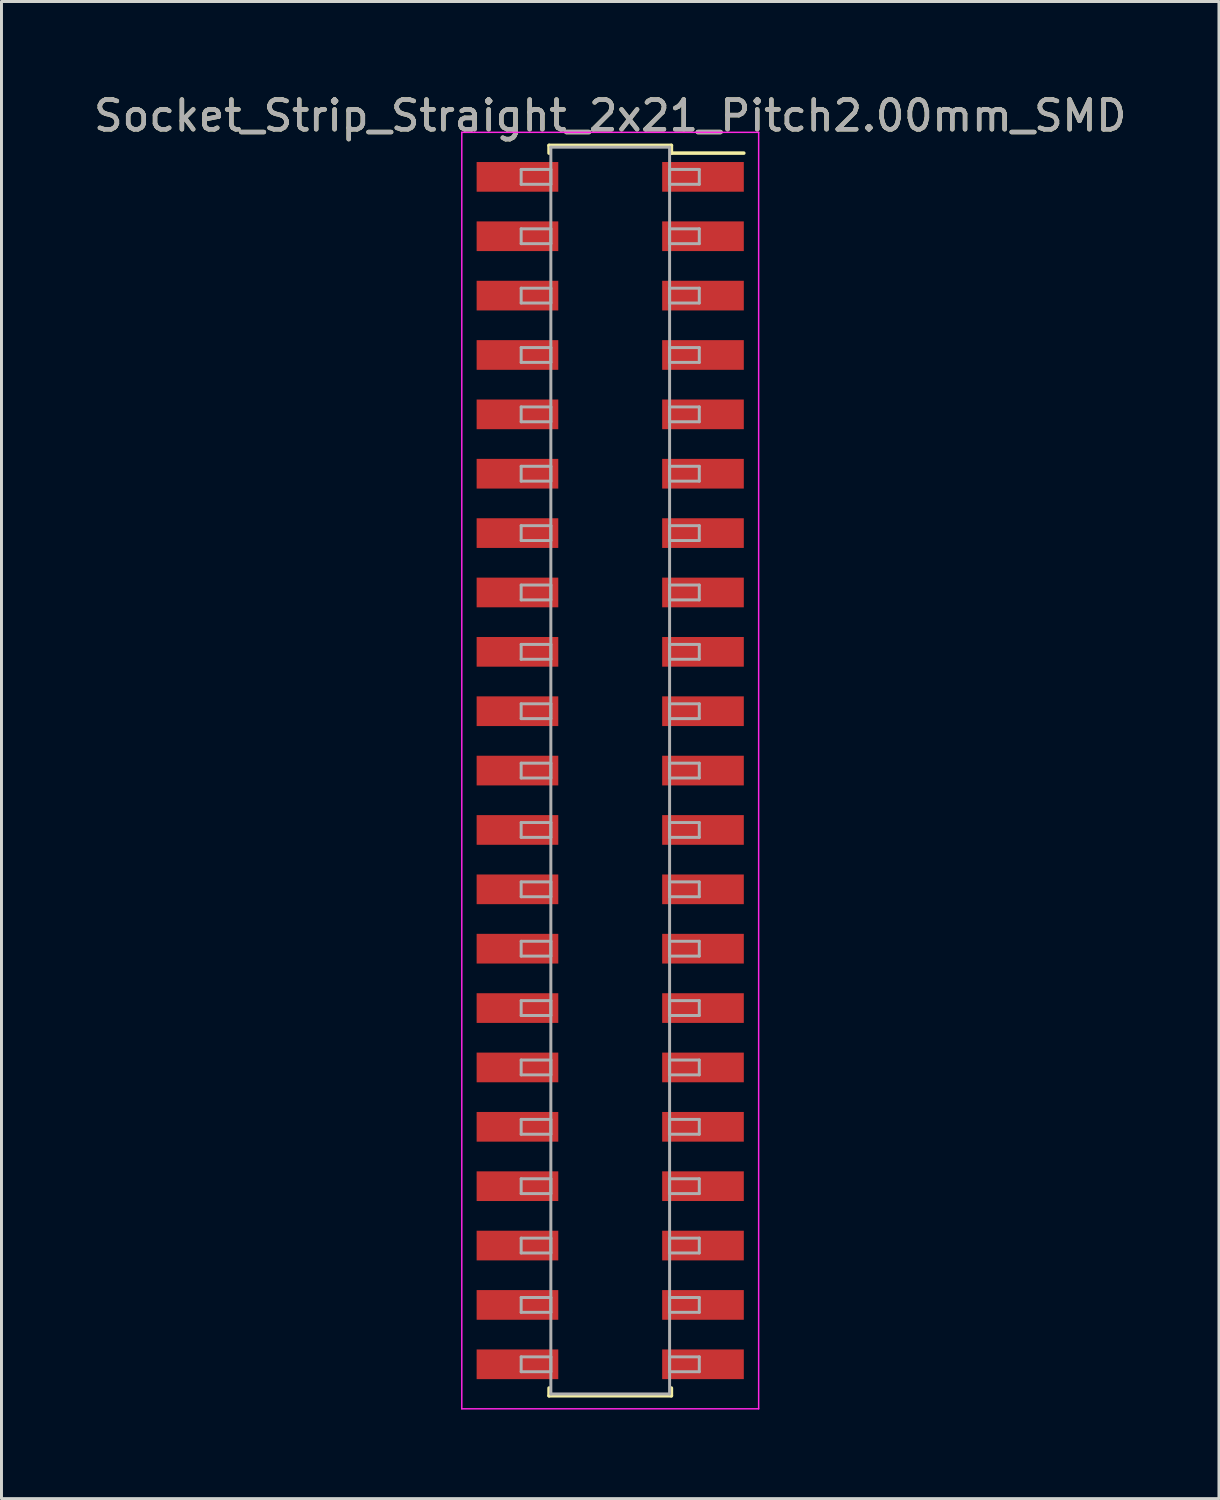
<source format=kicad_pcb>
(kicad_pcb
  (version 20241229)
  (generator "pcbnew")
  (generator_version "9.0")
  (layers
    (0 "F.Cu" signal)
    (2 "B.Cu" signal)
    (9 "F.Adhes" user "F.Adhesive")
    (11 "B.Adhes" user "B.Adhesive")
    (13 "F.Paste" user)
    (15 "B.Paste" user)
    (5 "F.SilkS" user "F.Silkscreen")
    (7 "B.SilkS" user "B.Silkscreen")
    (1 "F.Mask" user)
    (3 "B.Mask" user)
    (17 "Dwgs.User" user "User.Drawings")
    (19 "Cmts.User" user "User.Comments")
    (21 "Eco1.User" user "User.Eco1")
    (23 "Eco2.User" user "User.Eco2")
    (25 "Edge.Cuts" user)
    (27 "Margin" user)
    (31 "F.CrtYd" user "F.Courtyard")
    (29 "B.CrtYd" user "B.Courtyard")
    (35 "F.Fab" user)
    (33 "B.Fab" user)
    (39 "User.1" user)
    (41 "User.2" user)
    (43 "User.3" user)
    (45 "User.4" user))
  (footprint "Socket_Strip_Straight_2x21_Pitch2.00mm_SMD"
    (layer "F.Cu")
    (at 17.506 22.908)
    (property "Reference" "Socket_Strip_Straight_2x21_Pitch2.00mm_SMD" (at 0 -22.06 0) (layer "F.SilkS") (effects (font (size 1 1) (thickness 0.15))))
    (attr smd)
    (fp_line (start -2.06 -21.06) (end 2.06 -21.06) (stroke (width 0.12) (type solid)) (layer "F.SilkS"))
    (fp_line (start -2.06 -20.8) (end -2.06 -21.06) (stroke (width 0.12) (type solid)) (layer "F.SilkS"))
    (fp_line (start -2.06 20.8) (end -2.06 21.06) (stroke (width 0.12) (type solid)) (layer "F.SilkS"))
    (fp_line (start -2.06 21.06) (end 2.06 21.06) (stroke (width 0.12) (type solid)) (layer "F.SilkS"))
    (fp_line (start 2.06 -21.06) (end 2.06 -20.8) (stroke (width 0.12) (type solid)) (layer "F.SilkS"))
    (fp_line (start 2.06 21.06) (end 2.06 20.8) (stroke (width 0.12) (type solid)) (layer "F.SilkS"))
    (fp_line (start 4.5 -20.8) (end 2.06 -20.8) (stroke (width 0.12) (type solid)) (layer "F.SilkS"))
    (fp_line (start -5 -21.5) (end -5 21.5) (stroke (width 0.05) (type solid)) (layer "F.CrtYd"))
    (fp_line (start -5 21.5) (end 5 21.5) (stroke (width 0.05) (type solid)) (layer "F.CrtYd"))
    (fp_line (start 5 -21.5) (end -5 -21.5) (stroke (width 0.05) (type solid)) (layer "F.CrtYd"))
    (fp_line (start 5 21.5) (end 5 -21.5) (stroke (width 0.05) (type solid)) (layer "F.CrtYd"))
    (fp_line (start -3 -20.25) (end -2 -20.25) (stroke (width 0.1) (type solid)) (layer "F.Fab"))
    (fp_line (start -3 -19.75) (end -3 -20.25) (stroke (width 0.1) (type solid)) (layer "F.Fab"))
    (fp_line (start -3 -18.25) (end -2 -18.25) (stroke (width 0.1) (type solid)) (layer "F.Fab"))
    (fp_line (start -3 -17.75) (end -3 -18.25) (stroke (width 0.1) (type solid)) (layer "F.Fab"))
    (fp_line (start -3 -16.25) (end -2 -16.25) (stroke (width 0.1) (type solid)) (layer "F.Fab"))
    (fp_line (start -3 -15.75) (end -3 -16.25) (stroke (width 0.1) (type solid)) (layer "F.Fab"))
    (fp_line (start -3 -14.25) (end -2 -14.25) (stroke (width 0.1) (type solid)) (layer "F.Fab"))
    (fp_line (start -3 -13.75) (end -3 -14.25) (stroke (width 0.1) (type solid)) (layer "F.Fab"))
    (fp_line (start -3 -12.25) (end -2 -12.25) (stroke (width 0.1) (type solid)) (layer "F.Fab"))
    (fp_line (start -3 -11.75) (end -3 -12.25) (stroke (width 0.1) (type solid)) (layer "F.Fab"))
    (fp_line (start -3 -10.25) (end -2 -10.25) (stroke (width 0.1) (type solid)) (layer "F.Fab"))
    (fp_line (start -3 -9.75) (end -3 -10.25) (stroke (width 0.1) (type solid)) (layer "F.Fab"))
    (fp_line (start -3 -8.25) (end -2 -8.25) (stroke (width 0.1) (type solid)) (layer "F.Fab"))
    (fp_line (start -3 -7.75) (end -3 -8.25) (stroke (width 0.1) (type solid)) (layer "F.Fab"))
    (fp_line (start -3 -6.25) (end -2 -6.25) (stroke (width 0.1) (type solid)) (layer "F.Fab"))
    (fp_line (start -3 -5.75) (end -3 -6.25) (stroke (width 0.1) (type solid)) (layer "F.Fab"))
    (fp_line (start -3 -4.25) (end -2 -4.25) (stroke (width 0.1) (type solid)) (layer "F.Fab"))
    (fp_line (start -3 -3.75) (end -3 -4.25) (stroke (width 0.1) (type solid)) (layer "F.Fab"))
    (fp_line (start -3 -2.25) (end -2 -2.25) (stroke (width 0.1) (type solid)) (layer "F.Fab"))
    (fp_line (start -3 -1.75) (end -3 -2.25) (stroke (width 0.1) (type solid)) (layer "F.Fab"))
    (fp_line (start -3 -0.25) (end -2 -0.25) (stroke (width 0.1) (type solid)) (layer "F.Fab"))
    (fp_line (start -3 0.25) (end -3 -0.25) (stroke (width 0.1) (type solid)) (layer "F.Fab"))
    (fp_line (start -3 1.75) (end -2 1.75) (stroke (width 0.1) (type solid)) (layer "F.Fab"))
    (fp_line (start -3 2.25) (end -3 1.75) (stroke (width 0.1) (type solid)) (layer "F.Fab"))
    (fp_line (start -3 3.75) (end -2 3.75) (stroke (width 0.1) (type solid)) (layer "F.Fab"))
    (fp_line (start -3 4.25) (end -3 3.75) (stroke (width 0.1) (type solid)) (layer "F.Fab"))
    (fp_line (start -3 5.75) (end -2 5.75) (stroke (width 0.1) (type solid)) (layer "F.Fab"))
    (fp_line (start -3 6.25) (end -3 5.75) (stroke (width 0.1) (type solid)) (layer "F.Fab"))
    (fp_line (start -3 7.75) (end -2 7.75) (stroke (width 0.1) (type solid)) (layer "F.Fab"))
    (fp_line (start -3 8.25) (end -3 7.75) (stroke (width 0.1) (type solid)) (layer "F.Fab"))
    (fp_line (start -3 9.75) (end -2 9.75) (stroke (width 0.1) (type solid)) (layer "F.Fab"))
    (fp_line (start -3 10.25) (end -3 9.75) (stroke (width 0.1) (type solid)) (layer "F.Fab"))
    (fp_line (start -3 11.75) (end -2 11.75) (stroke (width 0.1) (type solid)) (layer "F.Fab"))
    (fp_line (start -3 12.25) (end -3 11.75) (stroke (width 0.1) (type solid)) (layer "F.Fab"))
    (fp_line (start -3 13.75) (end -2 13.75) (stroke (width 0.1) (type solid)) (layer "F.Fab"))
    (fp_line (start -3 14.25) (end -3 13.75) (stroke (width 0.1) (type solid)) (layer "F.Fab"))
    (fp_line (start -3 15.75) (end -2 15.75) (stroke (width 0.1) (type solid)) (layer "F.Fab"))
    (fp_line (start -3 16.25) (end -3 15.75) (stroke (width 0.1) (type solid)) (layer "F.Fab"))
    (fp_line (start -3 17.75) (end -2 17.75) (stroke (width 0.1) (type solid)) (layer "F.Fab"))
    (fp_line (start -3 18.25) (end -3 17.75) (stroke (width 0.1) (type solid)) (layer "F.Fab"))
    (fp_line (start -3 19.75) (end -2 19.75) (stroke (width 0.1) (type solid)) (layer "F.Fab"))
    (fp_line (start -3 20.25) (end -3 19.75) (stroke (width 0.1) (type solid)) (layer "F.Fab"))
    (fp_line (start -2 -21) (end -2 21) (stroke (width 0.1) (type solid)) (layer "F.Fab"))
    (fp_line (start -2 -20.25) (end -2 -19.75) (stroke (width 0.1) (type solid)) (layer "F.Fab"))
    (fp_line (start -2 -19.75) (end -3 -19.75) (stroke (width 0.1) (type solid)) (layer "F.Fab"))
    (fp_line (start -2 -18.25) (end -2 -17.75) (stroke (width 0.1) (type solid)) (layer "F.Fab"))
    (fp_line (start -2 -17.75) (end -3 -17.75) (stroke (width 0.1) (type solid)) (layer "F.Fab"))
    (fp_line (start -2 -16.25) (end -2 -15.75) (stroke (width 0.1) (type solid)) (layer "F.Fab"))
    (fp_line (start -2 -15.75) (end -3 -15.75) (stroke (width 0.1) (type solid)) (layer "F.Fab"))
    (fp_line (start -2 -14.25) (end -2 -13.75) (stroke (width 0.1) (type solid)) (layer "F.Fab"))
    (fp_line (start -2 -13.75) (end -3 -13.75) (stroke (width 0.1) (type solid)) (layer "F.Fab"))
    (fp_line (start -2 -12.25) (end -2 -11.75) (stroke (width 0.1) (type solid)) (layer "F.Fab"))
    (fp_line (start -2 -11.75) (end -3 -11.75) (stroke (width 0.1) (type solid)) (layer "F.Fab"))
    (fp_line (start -2 -10.25) (end -2 -9.75) (stroke (width 0.1) (type solid)) (layer "F.Fab"))
    (fp_line (start -2 -9.75) (end -3 -9.75) (stroke (width 0.1) (type solid)) (layer "F.Fab"))
    (fp_line (start -2 -8.25) (end -2 -7.75) (stroke (width 0.1) (type solid)) (layer "F.Fab"))
    (fp_line (start -2 -7.75) (end -3 -7.75) (stroke (width 0.1) (type solid)) (layer "F.Fab"))
    (fp_line (start -2 -6.25) (end -2 -5.75) (stroke (width 0.1) (type solid)) (layer "F.Fab"))
    (fp_line (start -2 -5.75) (end -3 -5.75) (stroke (width 0.1) (type solid)) (layer "F.Fab"))
    (fp_line (start -2 -4.25) (end -2 -3.75) (stroke (width 0.1) (type solid)) (layer "F.Fab"))
    (fp_line (start -2 -3.75) (end -3 -3.75) (stroke (width 0.1) (type solid)) (layer "F.Fab"))
    (fp_line (start -2 -2.25) (end -2 -1.75) (stroke (width 0.1) (type solid)) (layer "F.Fab"))
    (fp_line (start -2 -1.75) (end -3 -1.75) (stroke (width 0.1) (type solid)) (layer "F.Fab"))
    (fp_line (start -2 -0.25) (end -2 0.25) (stroke (width 0.1) (type solid)) (layer "F.Fab"))
    (fp_line (start -2 0.25) (end -3 0.25) (stroke (width 0.1) (type solid)) (layer "F.Fab"))
    (fp_line (start -2 1.75) (end -2 2.25) (stroke (width 0.1) (type solid)) (layer "F.Fab"))
    (fp_line (start -2 2.25) (end -3 2.25) (stroke (width 0.1) (type solid)) (layer "F.Fab"))
    (fp_line (start -2 3.75) (end -2 4.25) (stroke (width 0.1) (type solid)) (layer "F.Fab"))
    (fp_line (start -2 4.25) (end -3 4.25) (stroke (width 0.1) (type solid)) (layer "F.Fab"))
    (fp_line (start -2 5.75) (end -2 6.25) (stroke (width 0.1) (type solid)) (layer "F.Fab"))
    (fp_line (start -2 6.25) (end -3 6.25) (stroke (width 0.1) (type solid)) (layer "F.Fab"))
    (fp_line (start -2 7.75) (end -2 8.25) (stroke (width 0.1) (type solid)) (layer "F.Fab"))
    (fp_line (start -2 8.25) (end -3 8.25) (stroke (width 0.1) (type solid)) (layer "F.Fab"))
    (fp_line (start -2 9.75) (end -2 10.25) (stroke (width 0.1) (type solid)) (layer "F.Fab"))
    (fp_line (start -2 10.25) (end -3 10.25) (stroke (width 0.1) (type solid)) (layer "F.Fab"))
    (fp_line (start -2 11.75) (end -2 12.25) (stroke (width 0.1) (type solid)) (layer "F.Fab"))
    (fp_line (start -2 12.25) (end -3 12.25) (stroke (width 0.1) (type solid)) (layer "F.Fab"))
    (fp_line (start -2 13.75) (end -2 14.25) (stroke (width 0.1) (type solid)) (layer "F.Fab"))
    (fp_line (start -2 14.25) (end -3 14.25) (stroke (width 0.1) (type solid)) (layer "F.Fab"))
    (fp_line (start -2 15.75) (end -2 16.25) (stroke (width 0.1) (type solid)) (layer "F.Fab"))
    (fp_line (start -2 16.25) (end -3 16.25) (stroke (width 0.1) (type solid)) (layer "F.Fab"))
    (fp_line (start -2 17.75) (end -2 18.25) (stroke (width 0.1) (type solid)) (layer "F.Fab"))
    (fp_line (start -2 18.25) (end -3 18.25) (stroke (width 0.1) (type solid)) (layer "F.Fab"))
    (fp_line (start -2 19.75) (end -2 20.25) (stroke (width 0.1) (type solid)) (layer "F.Fab"))
    (fp_line (start -2 20.25) (end -3 20.25) (stroke (width 0.1) (type solid)) (layer "F.Fab"))
    (fp_line (start -2 21) (end 2 21) (stroke (width 0.1) (type solid)) (layer "F.Fab"))
    (fp_line (start 2 -21) (end -2 -21) (stroke (width 0.1) (type solid)) (layer "F.Fab"))
    (fp_line (start 2 -20.25) (end 2 -19.75) (stroke (width 0.1) (type solid)) (layer "F.Fab"))
    (fp_line (start 2 -19.75) (end 3 -19.75) (stroke (width 0.1) (type solid)) (layer "F.Fab"))
    (fp_line (start 2 -18.25) (end 2 -17.75) (stroke (width 0.1) (type solid)) (layer "F.Fab"))
    (fp_line (start 2 -17.75) (end 3 -17.75) (stroke (width 0.1) (type solid)) (layer "F.Fab"))
    (fp_line (start 2 -16.25) (end 2 -15.75) (stroke (width 0.1) (type solid)) (layer "F.Fab"))
    (fp_line (start 2 -15.75) (end 3 -15.75) (stroke (width 0.1) (type solid)) (layer "F.Fab"))
    (fp_line (start 2 -14.25) (end 2 -13.75) (stroke (width 0.1) (type solid)) (layer "F.Fab"))
    (fp_line (start 2 -13.75) (end 3 -13.75) (stroke (width 0.1) (type solid)) (layer "F.Fab"))
    (fp_line (start 2 -12.25) (end 2 -11.75) (stroke (width 0.1) (type solid)) (layer "F.Fab"))
    (fp_line (start 2 -11.75) (end 3 -11.75) (stroke (width 0.1) (type solid)) (layer "F.Fab"))
    (fp_line (start 2 -10.25) (end 2 -9.75) (stroke (width 0.1) (type solid)) (layer "F.Fab"))
    (fp_line (start 2 -9.75) (end 3 -9.75) (stroke (width 0.1) (type solid)) (layer "F.Fab"))
    (fp_line (start 2 -8.25) (end 2 -7.75) (stroke (width 0.1) (type solid)) (layer "F.Fab"))
    (fp_line (start 2 -7.75) (end 3 -7.75) (stroke (width 0.1) (type solid)) (layer "F.Fab"))
    (fp_line (start 2 -6.25) (end 2 -5.75) (stroke (width 0.1) (type solid)) (layer "F.Fab"))
    (fp_line (start 2 -5.75) (end 3 -5.75) (stroke (width 0.1) (type solid)) (layer "F.Fab"))
    (fp_line (start 2 -4.25) (end 2 -3.75) (stroke (width 0.1) (type solid)) (layer "F.Fab"))
    (fp_line (start 2 -3.75) (end 3 -3.75) (stroke (width 0.1) (type solid)) (layer "F.Fab"))
    (fp_line (start 2 -2.25) (end 2 -1.75) (stroke (width 0.1) (type solid)) (layer "F.Fab"))
    (fp_line (start 2 -1.75) (end 3 -1.75) (stroke (width 0.1) (type solid)) (layer "F.Fab"))
    (fp_line (start 2 -0.25) (end 2 0.25) (stroke (width 0.1) (type solid)) (layer "F.Fab"))
    (fp_line (start 2 0.25) (end 3 0.25) (stroke (width 0.1) (type solid)) (layer "F.Fab"))
    (fp_line (start 2 1.75) (end 2 2.25) (stroke (width 0.1) (type solid)) (layer "F.Fab"))
    (fp_line (start 2 2.25) (end 3 2.25) (stroke (width 0.1) (type solid)) (layer "F.Fab"))
    (fp_line (start 2 3.75) (end 2 4.25) (stroke (width 0.1) (type solid)) (layer "F.Fab"))
    (fp_line (start 2 4.25) (end 3 4.25) (stroke (width 0.1) (type solid)) (layer "F.Fab"))
    (fp_line (start 2 5.75) (end 2 6.25) (stroke (width 0.1) (type solid)) (layer "F.Fab"))
    (fp_line (start 2 6.25) (end 3 6.25) (stroke (width 0.1) (type solid)) (layer "F.Fab"))
    (fp_line (start 2 7.75) (end 2 8.25) (stroke (width 0.1) (type solid)) (layer "F.Fab"))
    (fp_line (start 2 8.25) (end 3 8.25) (stroke (width 0.1) (type solid)) (layer "F.Fab"))
    (fp_line (start 2 9.75) (end 2 10.25) (stroke (width 0.1) (type solid)) (layer "F.Fab"))
    (fp_line (start 2 10.25) (end 3 10.25) (stroke (width 0.1) (type solid)) (layer "F.Fab"))
    (fp_line (start 2 11.75) (end 2 12.25) (stroke (width 0.1) (type solid)) (layer "F.Fab"))
    (fp_line (start 2 12.25) (end 3 12.25) (stroke (width 0.1) (type solid)) (layer "F.Fab"))
    (fp_line (start 2 13.75) (end 2 14.25) (stroke (width 0.1) (type solid)) (layer "F.Fab"))
    (fp_line (start 2 14.25) (end 3 14.25) (stroke (width 0.1) (type solid)) (layer "F.Fab"))
    (fp_line (start 2 15.75) (end 2 16.25) (stroke (width 0.1) (type solid)) (layer "F.Fab"))
    (fp_line (start 2 16.25) (end 3 16.25) (stroke (width 0.1) (type solid)) (layer "F.Fab"))
    (fp_line (start 2 17.75) (end 2 18.25) (stroke (width 0.1) (type solid)) (layer "F.Fab"))
    (fp_line (start 2 18.25) (end 3 18.25) (stroke (width 0.1) (type solid)) (layer "F.Fab"))
    (fp_line (start 2 19.75) (end 2 20.25) (stroke (width 0.1) (type solid)) (layer "F.Fab"))
    (fp_line (start 2 20.25) (end 3 20.25) (stroke (width 0.1) (type solid)) (layer "F.Fab"))
    (fp_line (start 2 21) (end 2 -21) (stroke (width 0.1) (type solid)) (layer "F.Fab"))
    (fp_line (start 3 -20.25) (end 2 -20.25) (stroke (width 0.1) (type solid)) (layer "F.Fab"))
    (fp_line (start 3 -19.75) (end 3 -20.25) (stroke (width 0.1) (type solid)) (layer "F.Fab"))
    (fp_line (start 3 -18.25) (end 2 -18.25) (stroke (width 0.1) (type solid)) (layer "F.Fab"))
    (fp_line (start 3 -17.75) (end 3 -18.25) (stroke (width 0.1) (type solid)) (layer "F.Fab"))
    (fp_line (start 3 -16.25) (end 2 -16.25) (stroke (width 0.1) (type solid)) (layer "F.Fab"))
    (fp_line (start 3 -15.75) (end 3 -16.25) (stroke (width 0.1) (type solid)) (layer "F.Fab"))
    (fp_line (start 3 -14.25) (end 2 -14.25) (stroke (width 0.1) (type solid)) (layer "F.Fab"))
    (fp_line (start 3 -13.75) (end 3 -14.25) (stroke (width 0.1) (type solid)) (layer "F.Fab"))
    (fp_line (start 3 -12.25) (end 2 -12.25) (stroke (width 0.1) (type solid)) (layer "F.Fab"))
    (fp_line (start 3 -11.75) (end 3 -12.25) (stroke (width 0.1) (type solid)) (layer "F.Fab"))
    (fp_line (start 3 -10.25) (end 2 -10.25) (stroke (width 0.1) (type solid)) (layer "F.Fab"))
    (fp_line (start 3 -9.75) (end 3 -10.25) (stroke (width 0.1) (type solid)) (layer "F.Fab"))
    (fp_line (start 3 -8.25) (end 2 -8.25) (stroke (width 0.1) (type solid)) (layer "F.Fab"))
    (fp_line (start 3 -7.75) (end 3 -8.25) (stroke (width 0.1) (type solid)) (layer "F.Fab"))
    (fp_line (start 3 -6.25) (end 2 -6.25) (stroke (width 0.1) (type solid)) (layer "F.Fab"))
    (fp_line (start 3 -5.75) (end 3 -6.25) (stroke (width 0.1) (type solid)) (layer "F.Fab"))
    (fp_line (start 3 -4.25) (end 2 -4.25) (stroke (width 0.1) (type solid)) (layer "F.Fab"))
    (fp_line (start 3 -3.75) (end 3 -4.25) (stroke (width 0.1) (type solid)) (layer "F.Fab"))
    (fp_line (start 3 -2.25) (end 2 -2.25) (stroke (width 0.1) (type solid)) (layer "F.Fab"))
    (fp_line (start 3 -1.75) (end 3 -2.25) (stroke (width 0.1) (type solid)) (layer "F.Fab"))
    (fp_line (start 3 -0.25) (end 2 -0.25) (stroke (width 0.1) (type solid)) (layer "F.Fab"))
    (fp_line (start 3 0.25) (end 3 -0.25) (stroke (width 0.1) (type solid)) (layer "F.Fab"))
    (fp_line (start 3 1.75) (end 2 1.75) (stroke (width 0.1) (type solid)) (layer "F.Fab"))
    (fp_line (start 3 2.25) (end 3 1.75) (stroke (width 0.1) (type solid)) (layer "F.Fab"))
    (fp_line (start 3 3.75) (end 2 3.75) (stroke (width 0.1) (type solid)) (layer "F.Fab"))
    (fp_line (start 3 4.25) (end 3 3.75) (stroke (width 0.1) (type solid)) (layer "F.Fab"))
    (fp_line (start 3 5.75) (end 2 5.75) (stroke (width 0.1) (type solid)) (layer "F.Fab"))
    (fp_line (start 3 6.25) (end 3 5.75) (stroke (width 0.1) (type solid)) (layer "F.Fab"))
    (fp_line (start 3 7.75) (end 2 7.75) (stroke (width 0.1) (type solid)) (layer "F.Fab"))
    (fp_line (start 3 8.25) (end 3 7.75) (stroke (width 0.1) (type solid)) (layer "F.Fab"))
    (fp_line (start 3 9.75) (end 2 9.75) (stroke (width 0.1) (type solid)) (layer "F.Fab"))
    (fp_line (start 3 10.25) (end 3 9.75) (stroke (width 0.1) (type solid)) (layer "F.Fab"))
    (fp_line (start 3 11.75) (end 2 11.75) (stroke (width 0.1) (type solid)) (layer "F.Fab"))
    (fp_line (start 3 12.25) (end 3 11.75) (stroke (width 0.1) (type solid)) (layer "F.Fab"))
    (fp_line (start 3 13.75) (end 2 13.75) (stroke (width 0.1) (type solid)) (layer "F.Fab"))
    (fp_line (start 3 14.25) (end 3 13.75) (stroke (width 0.1) (type solid)) (layer "F.Fab"))
    (fp_line (start 3 15.75) (end 2 15.75) (stroke (width 0.1) (type solid)) (layer "F.Fab"))
    (fp_line (start 3 16.25) (end 3 15.75) (stroke (width 0.1) (type solid)) (layer "F.Fab"))
    (fp_line (start 3 17.75) (end 2 17.75) (stroke (width 0.1) (type solid)) (layer "F.Fab"))
    (fp_line (start 3 18.25) (end 3 17.75) (stroke (width 0.1) (type solid)) (layer "F.Fab"))
    (fp_line (start 3 19.75) (end 2 19.75) (stroke (width 0.1) (type solid)) (layer "F.Fab"))
    (fp_line (start 3 20.25) (end 3 19.75) (stroke (width 0.1) (type solid)) (layer "F.Fab"))
    (fp_text user "${REFERENCE}" (at 0 -22.06 0) (layer "F.Fab") (effects (font (size 1 1) (thickness 0.15))))
    (pad "1" smd rect (at 3.125 -20) (size 2.75 1) (layers "F.Cu" "F.Mask" "F.Paste"))
    (pad "2" smd rect (at -3.125 -20) (size 2.75 1) (layers "F.Cu" "F.Mask" "F.Paste"))
    (pad "3" smd rect (at 3.125 -18) (size 2.75 1) (layers "F.Cu" "F.Mask" "F.Paste"))
    (pad "4" smd rect (at -3.125 -18) (size 2.75 1) (layers "F.Cu" "F.Mask" "F.Paste"))
    (pad "5" smd rect (at 3.125 -16) (size 2.75 1) (layers "F.Cu" "F.Mask" "F.Paste"))
    (pad "6" smd rect (at -3.125 -16) (size 2.75 1) (layers "F.Cu" "F.Mask" "F.Paste"))
    (pad "7" smd rect (at 3.125 -14) (size 2.75 1) (layers "F.Cu" "F.Mask" "F.Paste"))
    (pad "8" smd rect (at -3.125 -14) (size 2.75 1) (layers "F.Cu" "F.Mask" "F.Paste"))
    (pad "9" smd rect (at 3.125 -12) (size 2.75 1) (layers "F.Cu" "F.Mask" "F.Paste"))
    (pad "10" smd rect (at -3.125 -12) (size 2.75 1) (layers "F.Cu" "F.Mask" "F.Paste"))
    (pad "11" smd rect (at 3.125 -10) (size 2.75 1) (layers "F.Cu" "F.Mask" "F.Paste"))
    (pad "12" smd rect (at -3.125 -10) (size 2.75 1) (layers "F.Cu" "F.Mask" "F.Paste"))
    (pad "13" smd rect (at 3.125 -8) (size 2.75 1) (layers "F.Cu" "F.Mask" "F.Paste"))
    (pad "14" smd rect (at -3.125 -8) (size 2.75 1) (layers "F.Cu" "F.Mask" "F.Paste"))
    (pad "15" smd rect (at 3.125 -6) (size 2.75 1) (layers "F.Cu" "F.Mask" "F.Paste"))
    (pad "16" smd rect (at -3.125 -6) (size 2.75 1) (layers "F.Cu" "F.Mask" "F.Paste"))
    (pad "17" smd rect (at 3.125 -4) (size 2.75 1) (layers "F.Cu" "F.Mask" "F.Paste"))
    (pad "18" smd rect (at -3.125 -4) (size 2.75 1) (layers "F.Cu" "F.Mask" "F.Paste"))
    (pad "19" smd rect (at 3.125 -2) (size 2.75 1) (layers "F.Cu" "F.Mask" "F.Paste"))
    (pad "20" smd rect (at -3.125 -2) (size 2.75 1) (layers "F.Cu" "F.Mask" "F.Paste"))
    (pad "21" smd rect (at 3.125 0) (size 2.75 1) (layers "F.Cu" "F.Mask" "F.Paste"))
    (pad "22" smd rect (at -3.125 0) (size 2.75 1) (layers "F.Cu" "F.Mask" "F.Paste"))
    (pad "23" smd rect (at 3.125 2) (size 2.75 1) (layers "F.Cu" "F.Mask" "F.Paste"))
    (pad "24" smd rect (at -3.125 2) (size 2.75 1) (layers "F.Cu" "F.Mask" "F.Paste"))
    (pad "25" smd rect (at 3.125 4) (size 2.75 1) (layers "F.Cu" "F.Mask" "F.Paste"))
    (pad "26" smd rect (at -3.125 4) (size 2.75 1) (layers "F.Cu" "F.Mask" "F.Paste"))
    (pad "27" smd rect (at 3.125 6) (size 2.75 1) (layers "F.Cu" "F.Mask" "F.Paste"))
    (pad "28" smd rect (at -3.125 6) (size 2.75 1) (layers "F.Cu" "F.Mask" "F.Paste"))
    (pad "29" smd rect (at 3.125 8) (size 2.75 1) (layers "F.Cu" "F.Mask" "F.Paste"))
    (pad "30" smd rect (at -3.125 8) (size 2.75 1) (layers "F.Cu" "F.Mask" "F.Paste"))
    (pad "31" smd rect (at 3.125 10) (size 2.75 1) (layers "F.Cu" "F.Mask" "F.Paste"))
    (pad "32" smd rect (at -3.125 10) (size 2.75 1) (layers "F.Cu" "F.Mask" "F.Paste"))
    (pad "33" smd rect (at 3.125 12) (size 2.75 1) (layers "F.Cu" "F.Mask" "F.Paste"))
    (pad "34" smd rect (at -3.125 12) (size 2.75 1) (layers "F.Cu" "F.Mask" "F.Paste"))
    (pad "35" smd rect (at 3.125 14) (size 2.75 1) (layers "F.Cu" "F.Mask" "F.Paste"))
    (pad "36" smd rect (at -3.125 14) (size 2.75 1) (layers "F.Cu" "F.Mask" "F.Paste"))
    (pad "37" smd rect (at 3.125 16) (size 2.75 1) (layers "F.Cu" "F.Mask" "F.Paste"))
    (pad "38" smd rect (at -3.125 16) (size 2.75 1) (layers "F.Cu" "F.Mask" "F.Paste"))
    (pad "39" smd rect (at 3.125 18) (size 2.75 1) (layers "F.Cu" "F.Mask" "F.Paste"))
    (pad "40" smd rect (at -3.125 18) (size 2.75 1) (layers "F.Cu" "F.Mask" "F.Paste"))
    (pad "41" smd rect (at 3.125 20) (size 2.75 1) (layers "F.Cu" "F.Mask" "F.Paste"))
    (pad "42" smd rect (at -3.125 20) (size 2.75 1) (layers "F.Cu" "F.Mask" "F.Paste")))
  (gr_rect
    (start -3 -3)
    (end 38.012 47.433)
    (stroke (width 0.1) (type default))
    (fill no)
    (layer "Edge.Cuts")))
</source>
